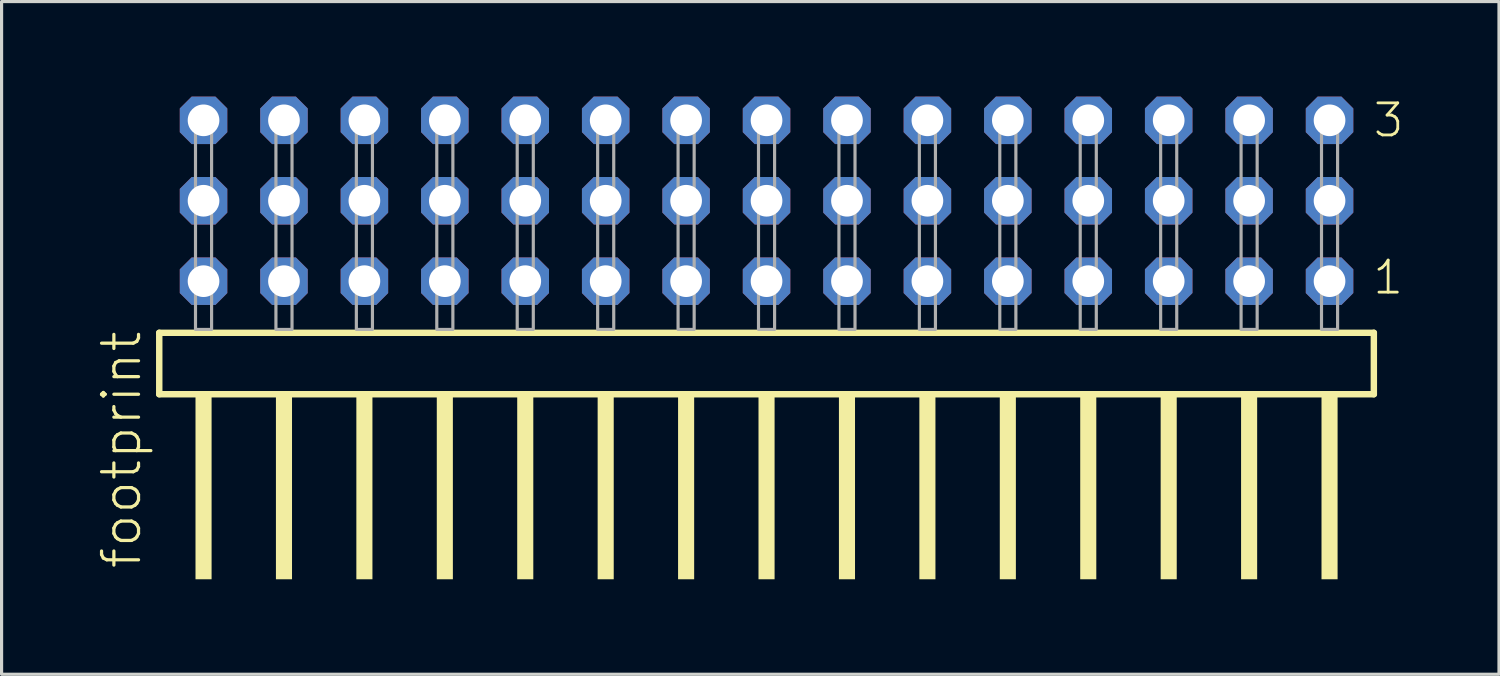
<source format=kicad_pcb>
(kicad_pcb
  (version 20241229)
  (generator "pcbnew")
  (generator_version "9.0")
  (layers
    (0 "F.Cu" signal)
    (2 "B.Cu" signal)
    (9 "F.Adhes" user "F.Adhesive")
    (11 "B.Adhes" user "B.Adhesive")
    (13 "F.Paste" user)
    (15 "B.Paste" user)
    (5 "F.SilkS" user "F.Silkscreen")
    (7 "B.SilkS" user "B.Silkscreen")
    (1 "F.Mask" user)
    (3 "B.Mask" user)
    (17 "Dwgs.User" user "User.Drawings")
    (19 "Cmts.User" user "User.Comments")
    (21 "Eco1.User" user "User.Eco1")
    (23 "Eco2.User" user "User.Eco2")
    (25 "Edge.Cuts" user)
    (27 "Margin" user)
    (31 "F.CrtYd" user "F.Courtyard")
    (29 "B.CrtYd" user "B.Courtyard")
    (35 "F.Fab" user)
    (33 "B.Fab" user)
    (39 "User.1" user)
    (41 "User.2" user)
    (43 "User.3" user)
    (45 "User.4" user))
  (footprint "footprint"
    (layer "F.Cu")
    (at 21.158 7.354)
    (property "Reference" "footprint" (at -19.685 7.62 90) (layer "F.SilkS") (effects (font (size 1.168 1.168) (thickness 0.102)) (justify left bottom)))
    (fp_line (start -19.179 0.106) (end -19.179 2.046) (stroke (width 0.203) (type solid)) (layer "F.SilkS"))
    (fp_line (start -19.179 2.046) (end 19.179 2.046) (stroke (width 0.203) (type solid)) (layer "F.SilkS"))
    (fp_line (start 19.179 0.106) (end -19.179 0.106) (stroke (width 0.203) (type solid)) (layer "F.SilkS"))
    (fp_line (start 19.179 2.046) (end 19.179 0.106) (stroke (width 0.203) (type solid)) (layer "F.SilkS"))
    (fp_poly (pts (xy -18.034 7.89) (xy -17.526 7.89) (xy -17.526 2.04) (xy -18.034 2.04)) (stroke (width 0) (type solid)) (fill yes) (layer "F.SilkS"))
    (fp_poly (pts (xy -15.494 7.89) (xy -14.986 7.89) (xy -14.986 2.04) (xy -15.494 2.04)) (stroke (width 0) (type solid)) (fill yes) (layer "F.SilkS"))
    (fp_poly (pts (xy -12.954 7.89) (xy -12.446 7.89) (xy -12.446 2.04) (xy -12.954 2.04)) (stroke (width 0) (type solid)) (fill yes) (layer "F.SilkS"))
    (fp_poly (pts (xy -10.414 7.89) (xy -9.906 7.89) (xy -9.906 2.04) (xy -10.414 2.04)) (stroke (width 0) (type solid)) (fill yes) (layer "F.SilkS"))
    (fp_poly (pts (xy -7.874 7.89) (xy -7.366 7.89) (xy -7.366 2.04) (xy -7.874 2.04)) (stroke (width 0) (type solid)) (fill yes) (layer "F.SilkS"))
    (fp_poly (pts (xy -5.334 7.89) (xy -4.826 7.89) (xy -4.826 2.04) (xy -5.334 2.04)) (stroke (width 0) (type solid)) (fill yes) (layer "F.SilkS"))
    (fp_poly (pts (xy -2.794 7.89) (xy -2.286 7.89) (xy -2.286 2.04) (xy -2.794 2.04)) (stroke (width 0) (type solid)) (fill yes) (layer "F.SilkS"))
    (fp_poly (pts (xy -0.254 7.89) (xy 0.254 7.89) (xy 0.254 2.04) (xy -0.254 2.04)) (stroke (width 0) (type solid)) (fill yes) (layer "F.SilkS"))
    (fp_poly (pts (xy 2.286 7.89) (xy 2.794 7.89) (xy 2.794 2.04) (xy 2.286 2.04)) (stroke (width 0) (type solid)) (fill yes) (layer "F.SilkS"))
    (fp_poly (pts (xy 4.826 7.89) (xy 5.334 7.89) (xy 5.334 2.04) (xy 4.826 2.04)) (stroke (width 0) (type solid)) (fill yes) (layer "F.SilkS"))
    (fp_poly (pts (xy 7.366 7.89) (xy 7.874 7.89) (xy 7.874 2.04) (xy 7.366 2.04)) (stroke (width 0) (type solid)) (fill yes) (layer "F.SilkS"))
    (fp_poly (pts (xy 9.906 7.89) (xy 10.414 7.89) (xy 10.414 2.04) (xy 9.906 2.04)) (stroke (width 0) (type solid)) (fill yes) (layer "F.SilkS"))
    (fp_poly (pts (xy 12.446 7.89) (xy 12.954 7.89) (xy 12.954 2.04) (xy 12.446 2.04)) (stroke (width 0) (type solid)) (fill yes) (layer "F.SilkS"))
    (fp_poly (pts (xy 14.986 7.89) (xy 15.494 7.89) (xy 15.494 2.04) (xy 14.986 2.04)) (stroke (width 0) (type solid)) (fill yes) (layer "F.SilkS"))
    (fp_poly (pts (xy 17.526 7.89) (xy 18.034 7.89) (xy 18.034 2.04) (xy 17.526 2.04)) (stroke (width 0) (type solid)) (fill yes) (layer "F.SilkS"))
    (fp_poly (pts (xy -18.034 0) (xy -17.526 0) (xy -17.526 -6.858) (xy -18.034 -6.858)) (stroke (width 0.1) (type solid)) (fill no) (layer "F.Fab"))
    (fp_poly (pts (xy -15.494 0) (xy -14.986 0) (xy -14.986 -6.858) (xy -15.494 -6.858)) (stroke (width 0.1) (type solid)) (fill no) (layer "F.Fab"))
    (fp_poly (pts (xy -12.954 0) (xy -12.446 0) (xy -12.446 -6.858) (xy -12.954 -6.858)) (stroke (width 0.1) (type solid)) (fill no) (layer "F.Fab"))
    (fp_poly (pts (xy -10.414 0) (xy -9.906 0) (xy -9.906 -6.858) (xy -10.414 -6.858)) (stroke (width 0.1) (type solid)) (fill no) (layer "F.Fab"))
    (fp_poly (pts (xy -7.874 0) (xy -7.366 0) (xy -7.366 -6.858) (xy -7.874 -6.858)) (stroke (width 0.1) (type solid)) (fill no) (layer "F.Fab"))
    (fp_poly (pts (xy -5.334 0) (xy -4.826 0) (xy -4.826 -6.858) (xy -5.334 -6.858)) (stroke (width 0.1) (type solid)) (fill no) (layer "F.Fab"))
    (fp_poly (pts (xy -2.794 0) (xy -2.286 0) (xy -2.286 -6.858) (xy -2.794 -6.858)) (stroke (width 0.1) (type solid)) (fill no) (layer "F.Fab"))
    (fp_poly (pts (xy -0.254 0) (xy 0.254 0) (xy 0.254 -6.858) (xy -0.254 -6.858)) (stroke (width 0.1) (type solid)) (fill no) (layer "F.Fab"))
    (fp_poly (pts (xy 2.286 0) (xy 2.794 0) (xy 2.794 -6.858) (xy 2.286 -6.858)) (stroke (width 0.1) (type solid)) (fill no) (layer "F.Fab"))
    (fp_poly (pts (xy 4.826 0) (xy 5.334 0) (xy 5.334 -6.858) (xy 4.826 -6.858)) (stroke (width 0.1) (type solid)) (fill no) (layer "F.Fab"))
    (fp_poly (pts (xy 7.366 0) (xy 7.874 0) (xy 7.874 -6.858) (xy 7.366 -6.858)) (stroke (width 0.1) (type solid)) (fill no) (layer "F.Fab"))
    (fp_poly (pts (xy 9.906 0) (xy 10.414 0) (xy 10.414 -6.858) (xy 9.906 -6.858)) (stroke (width 0.1) (type solid)) (fill no) (layer "F.Fab"))
    (fp_poly (pts (xy 12.446 0) (xy 12.954 0) (xy 12.954 -6.858) (xy 12.446 -6.858)) (stroke (width 0.1) (type solid)) (fill no) (layer "F.Fab"))
    (fp_poly (pts (xy 14.986 0) (xy 15.494 0) (xy 15.494 -6.858) (xy 14.986 -6.858)) (stroke (width 0.1) (type solid)) (fill no) (layer "F.Fab"))
    (fp_poly (pts (xy 17.526 0) (xy 18.034 0) (xy 18.034 -6.858) (xy 17.526 -6.858)) (stroke (width 0.1) (type solid)) (fill no) (layer "F.Fab"))
    (fp_text user "1" (at 19.09 -1.05 0) (layer "F.SilkS") (effects (font (size 1.012 1.012) (thickness 0.088)) (justify left bottom)))
    (fp_text user "3" (at 19.105 -6.015 0) (layer "F.SilkS") (effects (font (size 1.012 1.012) (thickness 0.088)) (justify left bottom)))
    (pad "1" thru_hole roundrect (at 17.78 -1.524 180) (size 1.5 1.5) (drill 1) (layers "*.Cu" "*.Mask") (roundrect_rratio 0.25) (chamfer_ratio 0.25) (chamfer top_left top_right bottom_left bottom_right))
    (pad "2" thru_hole roundrect (at 17.78 -4.064 180) (size 1.5 1.5) (drill 1) (layers "*.Cu" "*.Mask") (roundrect_rratio 0.25) (chamfer_ratio 0.25) (chamfer top_left top_right bottom_left bottom_right))
    (pad "3" thru_hole roundrect (at 17.78 -6.604 180) (size 1.5 1.5) (drill 1) (layers "*.Cu" "*.Mask") (roundrect_rratio 0.25) (chamfer_ratio 0.25) (chamfer top_left top_right bottom_left bottom_right))
    (pad "4" thru_hole roundrect (at 15.24 -1.524 180) (size 1.5 1.5) (drill 1) (layers "*.Cu" "*.Mask") (roundrect_rratio 0.25) (chamfer_ratio 0.25) (chamfer top_left top_right bottom_left bottom_right))
    (pad "5" thru_hole roundrect (at 15.24 -4.064 180) (size 1.5 1.5) (drill 1) (layers "*.Cu" "*.Mask") (roundrect_rratio 0.25) (chamfer_ratio 0.25) (chamfer top_left top_right bottom_left bottom_right))
    (pad "6" thru_hole roundrect (at 15.24 -6.604 180) (size 1.5 1.5) (drill 1) (layers "*.Cu" "*.Mask") (roundrect_rratio 0.25) (chamfer_ratio 0.25) (chamfer top_left top_right bottom_left bottom_right))
    (pad "7" thru_hole roundrect (at 12.7 -1.524 180) (size 1.5 1.5) (drill 1) (layers "*.Cu" "*.Mask") (roundrect_rratio 0.25) (chamfer_ratio 0.25) (chamfer top_left top_right bottom_left bottom_right))
    (pad "8" thru_hole roundrect (at 12.7 -4.064 180) (size 1.5 1.5) (drill 1) (layers "*.Cu" "*.Mask") (roundrect_rratio 0.25) (chamfer_ratio 0.25) (chamfer top_left top_right bottom_left bottom_right))
    (pad "9" thru_hole roundrect (at 12.7 -6.604 180) (size 1.5 1.5) (drill 1) (layers "*.Cu" "*.Mask") (roundrect_rratio 0.25) (chamfer_ratio 0.25) (chamfer top_left top_right bottom_left bottom_right))
    (pad "10" thru_hole roundrect (at 10.16 -1.524 180) (size 1.5 1.5) (drill 1) (layers "*.Cu" "*.Mask") (roundrect_rratio 0.25) (chamfer_ratio 0.25) (chamfer top_left top_right bottom_left bottom_right))
    (pad "11" thru_hole roundrect (at 10.16 -4.064 180) (size 1.5 1.5) (drill 1) (layers "*.Cu" "*.Mask") (roundrect_rratio 0.25) (chamfer_ratio 0.25) (chamfer top_left top_right bottom_left bottom_right))
    (pad "12" thru_hole roundrect (at 10.16 -6.604 180) (size 1.5 1.5) (drill 1) (layers "*.Cu" "*.Mask") (roundrect_rratio 0.25) (chamfer_ratio 0.25) (chamfer top_left top_right bottom_left bottom_right))
    (pad "13" thru_hole roundrect (at 7.62 -1.524 180) (size 1.5 1.5) (drill 1) (layers "*.Cu" "*.Mask") (roundrect_rratio 0.25) (chamfer_ratio 0.25) (chamfer top_left top_right bottom_left bottom_right))
    (pad "14" thru_hole roundrect (at 7.62 -4.064 180) (size 1.5 1.5) (drill 1) (layers "*.Cu" "*.Mask") (roundrect_rratio 0.25) (chamfer_ratio 0.25) (chamfer top_left top_right bottom_left bottom_right))
    (pad "15" thru_hole roundrect (at 7.62 -6.604 180) (size 1.5 1.5) (drill 1) (layers "*.Cu" "*.Mask") (roundrect_rratio 0.25) (chamfer_ratio 0.25) (chamfer top_left top_right bottom_left bottom_right))
    (pad "16" thru_hole roundrect (at 5.08 -1.524 180) (size 1.5 1.5) (drill 1) (layers "*.Cu" "*.Mask") (roundrect_rratio 0.25) (chamfer_ratio 0.25) (chamfer top_left top_right bottom_left bottom_right))
    (pad "17" thru_hole roundrect (at 5.08 -4.064 180) (size 1.5 1.5) (drill 1) (layers "*.Cu" "*.Mask") (roundrect_rratio 0.25) (chamfer_ratio 0.25) (chamfer top_left top_right bottom_left bottom_right))
    (pad "18" thru_hole roundrect (at 5.08 -6.604 180) (size 1.5 1.5) (drill 1) (layers "*.Cu" "*.Mask") (roundrect_rratio 0.25) (chamfer_ratio 0.25) (chamfer top_left top_right bottom_left bottom_right))
    (pad "19" thru_hole roundrect (at 2.54 -1.524 180) (size 1.5 1.5) (drill 1) (layers "*.Cu" "*.Mask") (roundrect_rratio 0.25) (chamfer_ratio 0.25) (chamfer top_left top_right bottom_left bottom_right))
    (pad "20" thru_hole roundrect (at 2.54 -4.064 180) (size 1.5 1.5) (drill 1) (layers "*.Cu" "*.Mask") (roundrect_rratio 0.25) (chamfer_ratio 0.25) (chamfer top_left top_right bottom_left bottom_right))
    (pad "21" thru_hole roundrect (at 2.54 -6.604 180) (size 1.5 1.5) (drill 1) (layers "*.Cu" "*.Mask") (roundrect_rratio 0.25) (chamfer_ratio 0.25) (chamfer top_left top_right bottom_left bottom_right))
    (pad "22" thru_hole roundrect (at 0 -1.524 180) (size 1.5 1.5) (drill 1) (layers "*.Cu" "*.Mask") (roundrect_rratio 0.25) (chamfer_ratio 0.25) (chamfer top_left top_right bottom_left bottom_right))
    (pad "23" thru_hole roundrect (at 0 -4.064 180) (size 1.5 1.5) (drill 1) (layers "*.Cu" "*.Mask") (roundrect_rratio 0.25) (chamfer_ratio 0.25) (chamfer top_left top_right bottom_left bottom_right))
    (pad "24" thru_hole roundrect (at 0 -6.604 180) (size 1.5 1.5) (drill 1) (layers "*.Cu" "*.Mask") (roundrect_rratio 0.25) (chamfer_ratio 0.25) (chamfer top_left top_right bottom_left bottom_right))
    (pad "25" thru_hole roundrect (at -2.54 -1.524 180) (size 1.5 1.5) (drill 1) (layers "*.Cu" "*.Mask") (roundrect_rratio 0.25) (chamfer_ratio 0.25) (chamfer top_left top_right bottom_left bottom_right))
    (pad "26" thru_hole roundrect (at -2.54 -4.064 180) (size 1.5 1.5) (drill 1) (layers "*.Cu" "*.Mask") (roundrect_rratio 0.25) (chamfer_ratio 0.25) (chamfer top_left top_right bottom_left bottom_right))
    (pad "27" thru_hole roundrect (at -2.54 -6.604 180) (size 1.5 1.5) (drill 1) (layers "*.Cu" "*.Mask") (roundrect_rratio 0.25) (chamfer_ratio 0.25) (chamfer top_left top_right bottom_left bottom_right))
    (pad "28" thru_hole roundrect (at -5.08 -1.524 180) (size 1.5 1.5) (drill 1) (layers "*.Cu" "*.Mask") (roundrect_rratio 0.25) (chamfer_ratio 0.25) (chamfer top_left top_right bottom_left bottom_right))
    (pad "29" thru_hole roundrect (at -5.08 -4.064 180) (size 1.5 1.5) (drill 1) (layers "*.Cu" "*.Mask") (roundrect_rratio 0.25) (chamfer_ratio 0.25) (chamfer top_left top_right bottom_left bottom_right))
    (pad "30" thru_hole roundrect (at -5.08 -6.604 180) (size 1.5 1.5) (drill 1) (layers "*.Cu" "*.Mask") (roundrect_rratio 0.25) (chamfer_ratio 0.25) (chamfer top_left top_right bottom_left bottom_right))
    (pad "31" thru_hole roundrect (at -7.62 -1.524 180) (size 1.5 1.5) (drill 1) (layers "*.Cu" "*.Mask") (roundrect_rratio 0.25) (chamfer_ratio 0.25) (chamfer top_left top_right bottom_left bottom_right))
    (pad "32" thru_hole roundrect (at -7.62 -4.064 180) (size 1.5 1.5) (drill 1) (layers "*.Cu" "*.Mask") (roundrect_rratio 0.25) (chamfer_ratio 0.25) (chamfer top_left top_right bottom_left bottom_right))
    (pad "33" thru_hole roundrect (at -7.62 -6.604 180) (size 1.5 1.5) (drill 1) (layers "*.Cu" "*.Mask") (roundrect_rratio 0.25) (chamfer_ratio 0.25) (chamfer top_left top_right bottom_left bottom_right))
    (pad "34" thru_hole roundrect (at -10.16 -1.524 180) (size 1.5 1.5) (drill 1) (layers "*.Cu" "*.Mask") (roundrect_rratio 0.25) (chamfer_ratio 0.25) (chamfer top_left top_right bottom_left bottom_right))
    (pad "35" thru_hole roundrect (at -10.16 -4.064 180) (size 1.5 1.5) (drill 1) (layers "*.Cu" "*.Mask") (roundrect_rratio 0.25) (chamfer_ratio 0.25) (chamfer top_left top_right bottom_left bottom_right))
    (pad "36" thru_hole roundrect (at -10.16 -6.604 180) (size 1.5 1.5) (drill 1) (layers "*.Cu" "*.Mask") (roundrect_rratio 0.25) (chamfer_ratio 0.25) (chamfer top_left top_right bottom_left bottom_right))
    (pad "37" thru_hole roundrect (at -12.7 -1.524 180) (size 1.5 1.5) (drill 1) (layers "*.Cu" "*.Mask") (roundrect_rratio 0.25) (chamfer_ratio 0.25) (chamfer top_left top_right bottom_left bottom_right))
    (pad "38" thru_hole roundrect (at -12.7 -4.064 180) (size 1.5 1.5) (drill 1) (layers "*.Cu" "*.Mask") (roundrect_rratio 0.25) (chamfer_ratio 0.25) (chamfer top_left top_right bottom_left bottom_right))
    (pad "39" thru_hole roundrect (at -12.7 -6.604 180) (size 1.5 1.5) (drill 1) (layers "*.Cu" "*.Mask") (roundrect_rratio 0.25) (chamfer_ratio 0.25) (chamfer top_left top_right bottom_left bottom_right))
    (pad "40" thru_hole roundrect (at -15.24 -1.524 180) (size 1.5 1.5) (drill 1) (layers "*.Cu" "*.Mask") (roundrect_rratio 0.25) (chamfer_ratio 0.25) (chamfer top_left top_right bottom_left bottom_right))
    (pad "41" thru_hole roundrect (at -15.24 -4.064 180) (size 1.5 1.5) (drill 1) (layers "*.Cu" "*.Mask") (roundrect_rratio 0.25) (chamfer_ratio 0.25) (chamfer top_left top_right bottom_left bottom_right))
    (pad "42" thru_hole roundrect (at -15.24 -6.604 180) (size 1.5 1.5) (drill 1) (layers "*.Cu" "*.Mask") (roundrect_rratio 0.25) (chamfer_ratio 0.25) (chamfer top_left top_right bottom_left bottom_right))
    (pad "43" thru_hole roundrect (at -17.78 -1.524 180) (size 1.5 1.5) (drill 1) (layers "*.Cu" "*.Mask") (roundrect_rratio 0.25) (chamfer_ratio 0.25) (chamfer top_left top_right bottom_left bottom_right))
    (pad "44" thru_hole roundrect (at -17.78 -4.064 180) (size 1.5 1.5) (drill 1) (layers "*.Cu" "*.Mask") (roundrect_rratio 0.25) (chamfer_ratio 0.25) (chamfer top_left top_right bottom_left bottom_right))
    (pad "45" thru_hole roundrect (at -17.78 -6.604 180) (size 1.5 1.5) (drill 1) (layers "*.Cu" "*.Mask") (roundrect_rratio 0.25) (chamfer_ratio 0.25) (chamfer top_left top_right bottom_left bottom_right)))
  (gr_rect
    (start -3 -3)
    (end 44.289 18.244)
    (stroke (width 0.1) (type default))
    (fill no)
    (layer "Edge.Cuts")))
</source>
